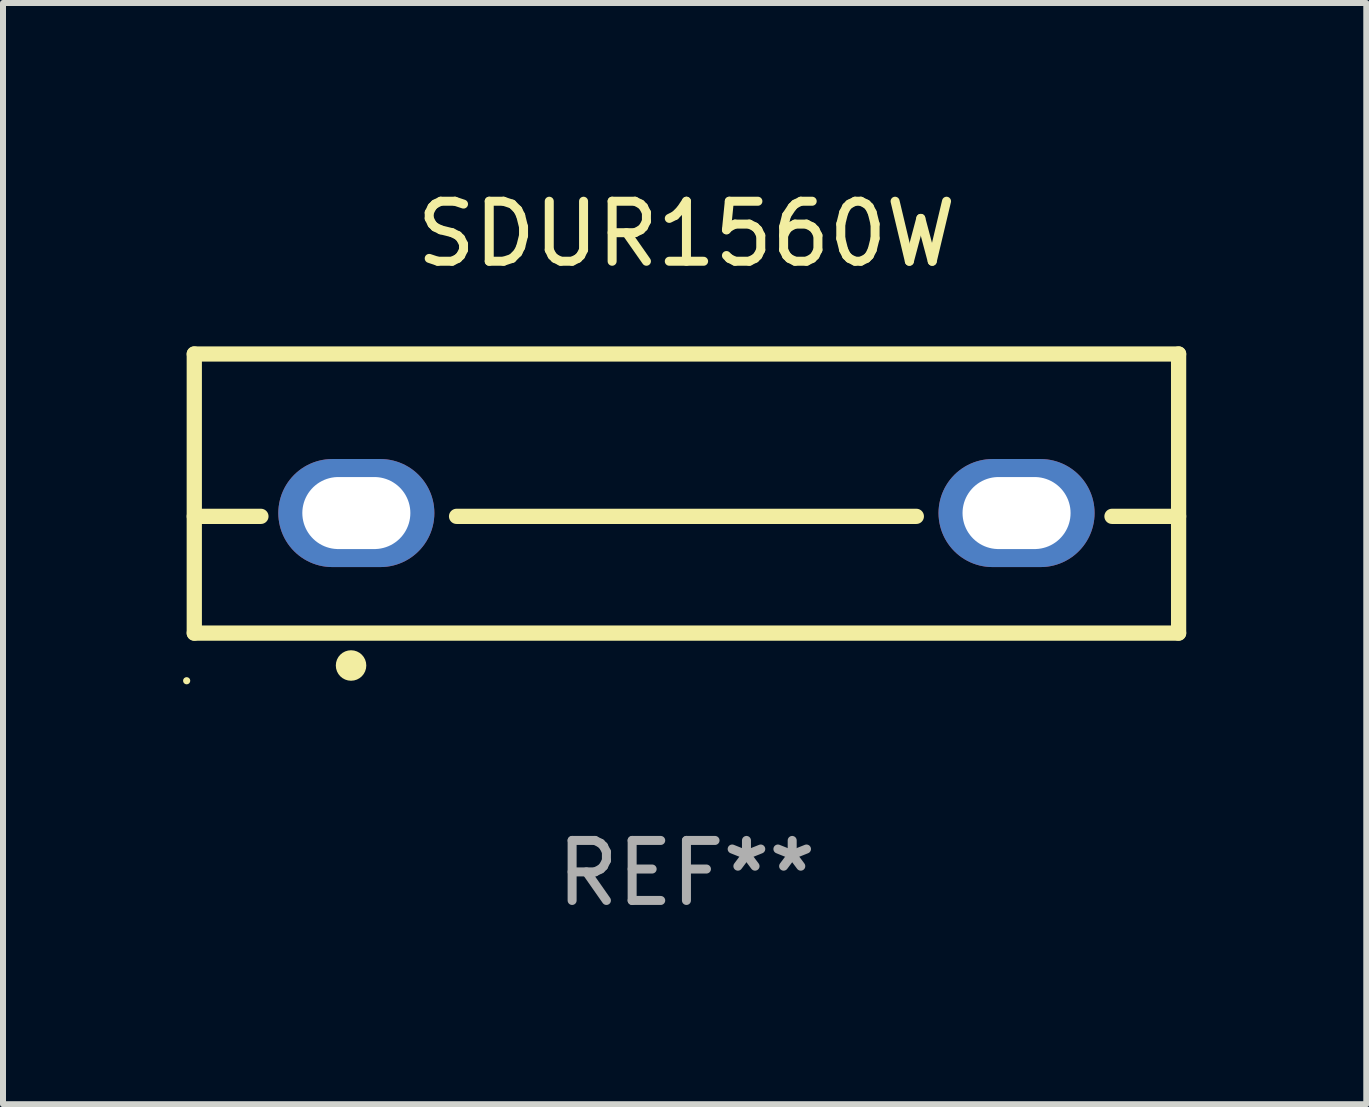
<source format=kicad_pcb>
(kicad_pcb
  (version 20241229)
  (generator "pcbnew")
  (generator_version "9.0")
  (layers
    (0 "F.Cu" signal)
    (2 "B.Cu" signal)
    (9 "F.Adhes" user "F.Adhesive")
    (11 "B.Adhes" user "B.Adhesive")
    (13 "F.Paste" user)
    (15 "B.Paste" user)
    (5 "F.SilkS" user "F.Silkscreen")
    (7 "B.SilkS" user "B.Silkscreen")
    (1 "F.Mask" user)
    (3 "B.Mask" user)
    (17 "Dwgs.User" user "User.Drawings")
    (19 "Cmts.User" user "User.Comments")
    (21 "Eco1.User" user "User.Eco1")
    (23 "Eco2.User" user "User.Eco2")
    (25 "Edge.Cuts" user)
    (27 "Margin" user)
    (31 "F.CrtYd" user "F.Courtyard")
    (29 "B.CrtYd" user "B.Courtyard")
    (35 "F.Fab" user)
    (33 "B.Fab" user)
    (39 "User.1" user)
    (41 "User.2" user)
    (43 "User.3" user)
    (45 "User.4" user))
  (footprint "SDUR1560W"
    (layer "F.Cu")
    (at 8.387 5.173)
    (property "Reference" "SDUR1560W" (at 0 -4.325 0) (layer "F.SilkS") (effects (font (size 1 1) (thickness 0.15))))
    (attr through_hole)
    (fp_line (start -8.2 -2.325) (end -8.2 2.325) (stroke (width 0.254) (type solid)) (layer "F.SilkS"))
    (fp_line (start -8.2 -2.325) (end 8.2 -2.325) (stroke (width 0.254) (type solid)) (layer "F.SilkS"))
    (fp_line (start -8.2 0.38) (end -7.09 0.38) (stroke (width 0.254) (type solid)) (layer "F.SilkS"))
    (fp_line (start -8.2 2.325) (end 8.2 2.325) (stroke (width 0.254) (type solid)) (layer "F.SilkS"))
    (fp_line (start -3.83 0.38) (end 3.83 0.38) (stroke (width 0.254) (type solid)) (layer "F.SilkS"))
    (fp_line (start 7.09 0.38) (end 8.2 0.38) (stroke (width 0.254) (type solid)) (layer "F.SilkS"))
    (fp_line (start 8.2 -2.325) (end 8.2 2.325) (stroke (width 0.254) (type solid)) (layer "F.SilkS"))
    (fp_circle (center -8.327 3.119) (end -8.297 3.119) (stroke (width 0.06) (type solid)) (fill no) (layer "F.SilkS"))
    (fp_circle (center -5.588 2.865) (end -5.461 2.865) (stroke (width 0.254) (type solid)) (fill no) (layer "F.SilkS"))
    (fp_text user "REF**" (at 0 6.325 0) (layer "F.Fab") (effects (font (size 1 1) (thickness 0.15))))
    (pad "1" thru_hole oval (at -5.5 0.325) (size 2.6 1.8) (drill oval 1.8 1.2) (layers "*.Cu" "*.Mask"))
    (pad "3" thru_hole oval (at 5.5 0.325) (size 2.6 1.8) (drill oval 1.8 1.2) (layers "*.Cu" "*.Mask")))
  (gr_rect
    (start -3 -3)
    (end 19.714 15.347)
    (stroke (width 0.1) (type default))
    (fill no)
    (layer "Edge.Cuts")))
</source>
